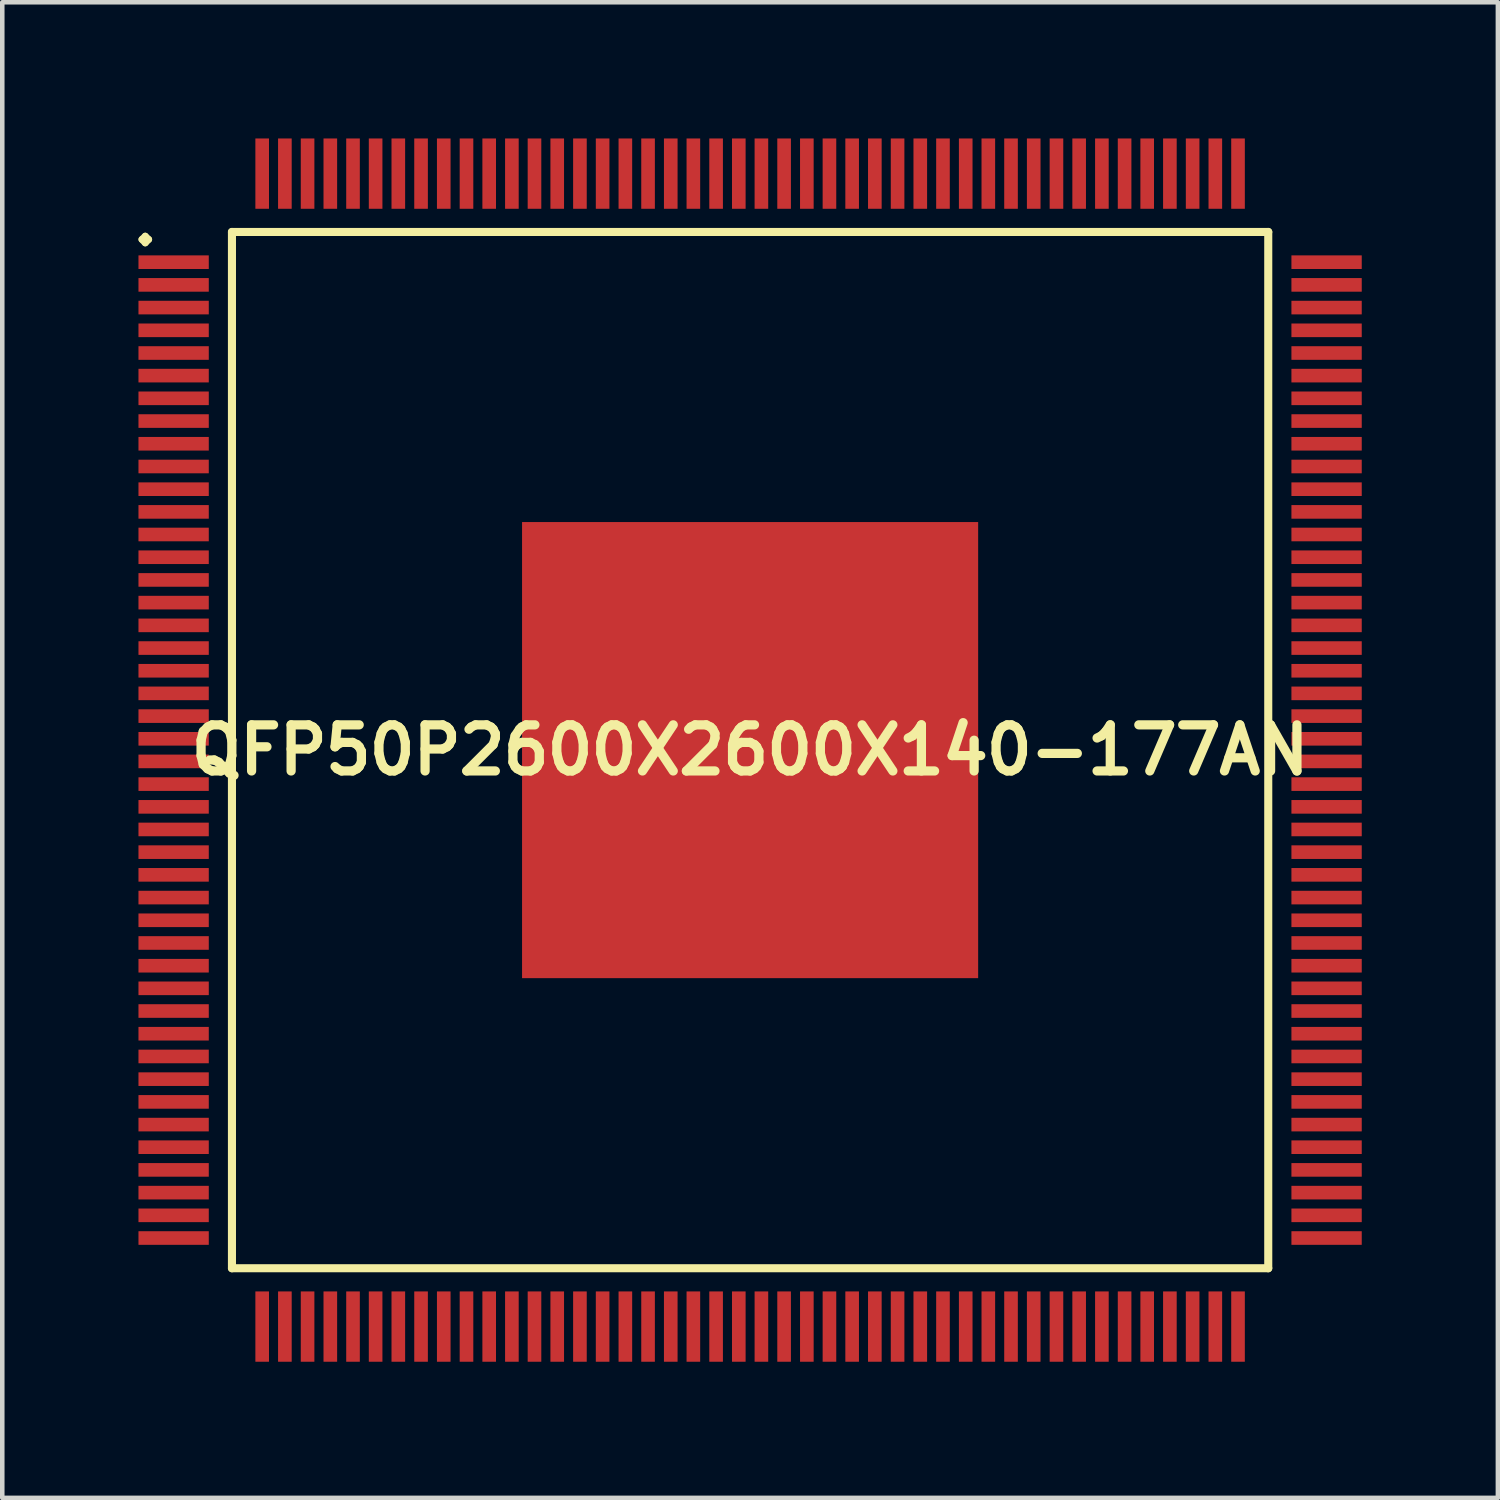
<source format=kicad_pcb>
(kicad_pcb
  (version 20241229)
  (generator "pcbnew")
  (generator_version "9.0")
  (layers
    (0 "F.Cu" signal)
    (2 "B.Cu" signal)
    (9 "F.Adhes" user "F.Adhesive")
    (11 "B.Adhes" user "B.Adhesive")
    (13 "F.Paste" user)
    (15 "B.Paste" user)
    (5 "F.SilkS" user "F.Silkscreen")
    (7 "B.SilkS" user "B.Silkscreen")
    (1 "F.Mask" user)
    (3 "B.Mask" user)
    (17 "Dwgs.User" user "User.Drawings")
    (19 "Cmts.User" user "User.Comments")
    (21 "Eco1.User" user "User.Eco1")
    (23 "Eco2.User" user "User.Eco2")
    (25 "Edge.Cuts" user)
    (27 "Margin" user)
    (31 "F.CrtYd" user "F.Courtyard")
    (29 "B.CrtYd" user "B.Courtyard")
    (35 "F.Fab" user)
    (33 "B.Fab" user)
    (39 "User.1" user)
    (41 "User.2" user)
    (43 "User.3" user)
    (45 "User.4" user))
  (footprint "QFP50P2600X2600X140-177AN"
    (layer "F.Cu")
    (at 13.475 13.475)
    (property "Reference" "QFP50P2600X2600X140-177AN" (at 0 0 0) (layer "F.SilkS") (effects (font (size 1.016 1.016) (thickness 0.203))))
    (attr smd)
    (fp_line (start -13.399 -11.25) (end -13.325 -11.323) (stroke (width 0.15) (type solid)) (layer "F.SilkS"))
    (fp_line (start -13.325 -11.323) (end -13.249 -11.25) (stroke (width 0.15) (type solid)) (layer "F.SilkS"))
    (fp_line (start -13.325 -11.173) (end -13.399 -11.25) (stroke (width 0.15) (type solid)) (layer "F.SilkS"))
    (fp_line (start -13.249 -11.25) (end -13.325 -11.173) (stroke (width 0.15) (type solid)) (layer "F.SilkS"))
    (fp_line (start -11.415 -11.415) (end -11.415 11.415) (stroke (width 0.178) (type solid)) (layer "F.SilkS"))
    (fp_line (start -11.415 11.415) (end 11.415 11.415) (stroke (width 0.178) (type solid)) (layer "F.SilkS"))
    (fp_line (start 11.415 -11.415) (end -11.415 -11.415) (stroke (width 0.178) (type solid)) (layer "F.SilkS"))
    (fp_line (start 11.415 11.415) (end 11.415 -11.415) (stroke (width 0.178) (type solid)) (layer "F.SilkS"))
    (pad "1" smd rect (at -12.7 -10.749) (size 1.549 0.3) (layers "F.Cu" "F.Mask" "F.Paste"))
    (pad "2" smd rect (at -12.7 -10.249) (size 1.549 0.3) (layers "F.Cu" "F.Mask" "F.Paste"))
    (pad "3" smd rect (at -12.7 -9.749) (size 1.549 0.3) (layers "F.Cu" "F.Mask" "F.Paste"))
    (pad "4" smd rect (at -12.7 -9.248) (size 1.549 0.3) (layers "F.Cu" "F.Mask" "F.Paste"))
    (pad "5" smd rect (at -12.7 -8.748) (size 1.549 0.3) (layers "F.Cu" "F.Mask" "F.Paste"))
    (pad "6" smd rect (at -12.7 -8.25) (size 1.549 0.3) (layers "F.Cu" "F.Mask" "F.Paste"))
    (pad "7" smd rect (at -12.7 -7.75) (size 1.549 0.3) (layers "F.Cu" "F.Mask" "F.Paste"))
    (pad "8" smd rect (at -12.7 -7.249) (size 1.549 0.3) (layers "F.Cu" "F.Mask" "F.Paste"))
    (pad "9" smd rect (at -12.7 -6.749) (size 1.549 0.3) (layers "F.Cu" "F.Mask" "F.Paste"))
    (pad "10" smd rect (at -12.7 -6.248) (size 1.549 0.3) (layers "F.Cu" "F.Mask" "F.Paste"))
    (pad "11" smd rect (at -12.7 -5.748) (size 1.549 0.3) (layers "F.Cu" "F.Mask" "F.Paste"))
    (pad "12" smd rect (at -12.7 -5.248) (size 1.549 0.3) (layers "F.Cu" "F.Mask" "F.Paste"))
    (pad "13" smd rect (at -12.7 -4.75) (size 1.549 0.3) (layers "F.Cu" "F.Mask" "F.Paste"))
    (pad "14" smd rect (at -12.7 -4.249) (size 1.549 0.3) (layers "F.Cu" "F.Mask" "F.Paste"))
    (pad "15" smd rect (at -12.7 -3.749) (size 1.549 0.3) (layers "F.Cu" "F.Mask" "F.Paste"))
    (pad "16" smd rect (at -12.7 -3.249) (size 1.549 0.3) (layers "F.Cu" "F.Mask" "F.Paste"))
    (pad "17" smd rect (at -12.7 -2.748) (size 1.549 0.3) (layers "F.Cu" "F.Mask" "F.Paste"))
    (pad "18" smd rect (at -12.7 -2.248) (size 1.549 0.3) (layers "F.Cu" "F.Mask" "F.Paste"))
    (pad "19" smd rect (at -12.7 -1.748) (size 1.549 0.3) (layers "F.Cu" "F.Mask" "F.Paste"))
    (pad "20" smd rect (at -12.7 -1.25) (size 1.549 0.3) (layers "F.Cu" "F.Mask" "F.Paste"))
    (pad "21" smd rect (at -12.7 -0.749) (size 1.549 0.3) (layers "F.Cu" "F.Mask" "F.Paste"))
    (pad "22" smd rect (at -12.7 -0.249) (size 1.549 0.3) (layers "F.Cu" "F.Mask" "F.Paste"))
    (pad "23" smd rect (at -12.7 0.249) (size 1.549 0.3) (layers "F.Cu" "F.Mask" "F.Paste"))
    (pad "24" smd rect (at -12.7 0.749) (size 1.549 0.3) (layers "F.Cu" "F.Mask" "F.Paste"))
    (pad "25" smd rect (at -12.7 1.25) (size 1.549 0.3) (layers "F.Cu" "F.Mask" "F.Paste"))
    (pad "26" smd rect (at -12.7 1.748) (size 1.549 0.3) (layers "F.Cu" "F.Mask" "F.Paste"))
    (pad "27" smd rect (at -12.7 2.248) (size 1.549 0.3) (layers "F.Cu" "F.Mask" "F.Paste"))
    (pad "28" smd rect (at -12.7 2.748) (size 1.549 0.3) (layers "F.Cu" "F.Mask" "F.Paste"))
    (pad "29" smd rect (at -12.7 3.249) (size 1.549 0.3) (layers "F.Cu" "F.Mask" "F.Paste"))
    (pad "30" smd rect (at -12.7 3.749) (size 1.549 0.3) (layers "F.Cu" "F.Mask" "F.Paste"))
    (pad "31" smd rect (at -12.7 4.249) (size 1.549 0.3) (layers "F.Cu" "F.Mask" "F.Paste"))
    (pad "32" smd rect (at -12.7 4.75) (size 1.549 0.3) (layers "F.Cu" "F.Mask" "F.Paste"))
    (pad "33" smd rect (at -12.7 5.248) (size 1.549 0.3) (layers "F.Cu" "F.Mask" "F.Paste"))
    (pad "34" smd rect (at -12.7 5.748) (size 1.549 0.3) (layers "F.Cu" "F.Mask" "F.Paste"))
    (pad "35" smd rect (at -12.7 6.248) (size 1.549 0.3) (layers "F.Cu" "F.Mask" "F.Paste"))
    (pad "36" smd rect (at -12.7 6.749) (size 1.549 0.3) (layers "F.Cu" "F.Mask" "F.Paste"))
    (pad "37" smd rect (at -12.7 7.249) (size 1.549 0.3) (layers "F.Cu" "F.Mask" "F.Paste"))
    (pad "38" smd rect (at -12.7 7.75) (size 1.549 0.3) (layers "F.Cu" "F.Mask" "F.Paste"))
    (pad "39" smd rect (at -12.7 8.25) (size 1.549 0.3) (layers "F.Cu" "F.Mask" "F.Paste"))
    (pad "40" smd rect (at -12.7 8.748) (size 1.549 0.3) (layers "F.Cu" "F.Mask" "F.Paste"))
    (pad "41" smd rect (at -12.7 9.248) (size 1.549 0.3) (layers "F.Cu" "F.Mask" "F.Paste"))
    (pad "42" smd rect (at -12.7 9.749) (size 1.549 0.3) (layers "F.Cu" "F.Mask" "F.Paste"))
    (pad "43" smd rect (at -12.7 10.249) (size 1.549 0.3) (layers "F.Cu" "F.Mask" "F.Paste"))
    (pad "44" smd rect (at -12.7 10.749) (size 1.549 0.3) (layers "F.Cu" "F.Mask" "F.Paste"))
    (pad "45" smd rect (at -10.749 12.7) (size 0.3 1.549) (layers "F.Cu" "F.Mask" "F.Paste"))
    (pad "46" smd rect (at -10.249 12.7) (size 0.3 1.549) (layers "F.Cu" "F.Mask" "F.Paste"))
    (pad "47" smd rect (at -9.749 12.7) (size 0.3 1.549) (layers "F.Cu" "F.Mask" "F.Paste"))
    (pad "48" smd rect (at -9.248 12.7) (size 0.3 1.549) (layers "F.Cu" "F.Mask" "F.Paste"))
    (pad "49" smd rect (at -8.748 12.7) (size 0.3 1.549) (layers "F.Cu" "F.Mask" "F.Paste"))
    (pad "50" smd rect (at -8.25 12.7) (size 0.3 1.549) (layers "F.Cu" "F.Mask" "F.Paste"))
    (pad "51" smd rect (at -7.75 12.7) (size 0.3 1.549) (layers "F.Cu" "F.Mask" "F.Paste"))
    (pad "52" smd rect (at -7.249 12.7) (size 0.3 1.549) (layers "F.Cu" "F.Mask" "F.Paste"))
    (pad "53" smd rect (at -6.749 12.7) (size 0.3 1.549) (layers "F.Cu" "F.Mask" "F.Paste"))
    (pad "54" smd rect (at -6.248 12.7) (size 0.3 1.549) (layers "F.Cu" "F.Mask" "F.Paste"))
    (pad "55" smd rect (at -5.748 12.7) (size 0.3 1.549) (layers "F.Cu" "F.Mask" "F.Paste"))
    (pad "56" smd rect (at -5.248 12.7) (size 0.3 1.549) (layers "F.Cu" "F.Mask" "F.Paste"))
    (pad "57" smd rect (at -4.75 12.7) (size 0.3 1.549) (layers "F.Cu" "F.Mask" "F.Paste"))
    (pad "58" smd rect (at -4.249 12.7) (size 0.3 1.549) (layers "F.Cu" "F.Mask" "F.Paste"))
    (pad "59" smd rect (at -3.749 12.7) (size 0.3 1.549) (layers "F.Cu" "F.Mask" "F.Paste"))
    (pad "60" smd rect (at -3.249 12.7) (size 0.3 1.549) (layers "F.Cu" "F.Mask" "F.Paste"))
    (pad "61" smd rect (at -2.748 12.7) (size 0.3 1.549) (layers "F.Cu" "F.Mask" "F.Paste"))
    (pad "62" smd rect (at -2.248 12.7) (size 0.3 1.549) (layers "F.Cu" "F.Mask" "F.Paste"))
    (pad "63" smd rect (at -1.748 12.7) (size 0.3 1.549) (layers "F.Cu" "F.Mask" "F.Paste"))
    (pad "64" smd rect (at -1.25 12.7) (size 0.3 1.549) (layers "F.Cu" "F.Mask" "F.Paste"))
    (pad "65" smd rect (at -0.749 12.7) (size 0.3 1.549) (layers "F.Cu" "F.Mask" "F.Paste"))
    (pad "66" smd rect (at -0.249 12.7) (size 0.3 1.549) (layers "F.Cu" "F.Mask" "F.Paste"))
    (pad "67" smd rect (at 0.249 12.7) (size 0.3 1.549) (layers "F.Cu" "F.Mask" "F.Paste"))
    (pad "68" smd rect (at 0.749 12.7) (size 0.3 1.549) (layers "F.Cu" "F.Mask" "F.Paste"))
    (pad "69" smd rect (at 1.25 12.7) (size 0.3 1.549) (layers "F.Cu" "F.Mask" "F.Paste"))
    (pad "70" smd rect (at 1.748 12.7) (size 0.3 1.549) (layers "F.Cu" "F.Mask" "F.Paste"))
    (pad "71" smd rect (at 2.248 12.7) (size 0.3 1.549) (layers "F.Cu" "F.Mask" "F.Paste"))
    (pad "72" smd rect (at 2.748 12.7) (size 0.3 1.549) (layers "F.Cu" "F.Mask" "F.Paste"))
    (pad "73" smd rect (at 3.249 12.7) (size 0.3 1.549) (layers "F.Cu" "F.Mask" "F.Paste"))
    (pad "74" smd rect (at 3.749 12.7) (size 0.3 1.549) (layers "F.Cu" "F.Mask" "F.Paste"))
    (pad "75" smd rect (at 4.249 12.7) (size 0.3 1.549) (layers "F.Cu" "F.Mask" "F.Paste"))
    (pad "76" smd rect (at 4.75 12.7) (size 0.3 1.549) (layers "F.Cu" "F.Mask" "F.Paste"))
    (pad "77" smd rect (at 5.248 12.7) (size 0.3 1.549) (layers "F.Cu" "F.Mask" "F.Paste"))
    (pad "78" smd rect (at 5.748 12.7) (size 0.3 1.549) (layers "F.Cu" "F.Mask" "F.Paste"))
    (pad "79" smd rect (at 6.248 12.7) (size 0.3 1.549) (layers "F.Cu" "F.Mask" "F.Paste"))
    (pad "80" smd rect (at 6.749 12.7) (size 0.3 1.549) (layers "F.Cu" "F.Mask" "F.Paste"))
    (pad "81" smd rect (at 7.249 12.7) (size 0.3 1.549) (layers "F.Cu" "F.Mask" "F.Paste"))
    (pad "82" smd rect (at 7.75 12.7) (size 0.3 1.549) (layers "F.Cu" "F.Mask" "F.Paste"))
    (pad "83" smd rect (at 8.25 12.7) (size 0.3 1.549) (layers "F.Cu" "F.Mask" "F.Paste"))
    (pad "84" smd rect (at 8.748 12.7) (size 0.3 1.549) (layers "F.Cu" "F.Mask" "F.Paste"))
    (pad "85" smd rect (at 9.248 12.7) (size 0.3 1.549) (layers "F.Cu" "F.Mask" "F.Paste"))
    (pad "86" smd rect (at 9.749 12.7) (size 0.3 1.549) (layers "F.Cu" "F.Mask" "F.Paste"))
    (pad "87" smd rect (at 10.249 12.7) (size 0.3 1.549) (layers "F.Cu" "F.Mask" "F.Paste"))
    (pad "88" smd rect (at 10.749 12.7) (size 0.3 1.549) (layers "F.Cu" "F.Mask" "F.Paste"))
    (pad "89" smd rect (at 12.7 10.749) (size 1.549 0.3) (layers "F.Cu" "F.Mask" "F.Paste"))
    (pad "90" smd rect (at 12.7 10.249) (size 1.549 0.3) (layers "F.Cu" "F.Mask" "F.Paste"))
    (pad "91" smd rect (at 12.7 9.749) (size 1.549 0.3) (layers "F.Cu" "F.Mask" "F.Paste"))
    (pad "92" smd rect (at 12.7 9.248) (size 1.549 0.3) (layers "F.Cu" "F.Mask" "F.Paste"))
    (pad "93" smd rect (at 12.7 8.748) (size 1.549 0.3) (layers "F.Cu" "F.Mask" "F.Paste"))
    (pad "94" smd rect (at 12.7 8.25) (size 1.549 0.3) (layers "F.Cu" "F.Mask" "F.Paste"))
    (pad "95" smd rect (at 12.7 7.75) (size 1.549 0.3) (layers "F.Cu" "F.Mask" "F.Paste"))
    (pad "96" smd rect (at 12.7 7.249) (size 1.549 0.3) (layers "F.Cu" "F.Mask" "F.Paste"))
    (pad "97" smd rect (at 12.7 6.749) (size 1.549 0.3) (layers "F.Cu" "F.Mask" "F.Paste"))
    (pad "98" smd rect (at 12.7 6.248) (size 1.549 0.3) (layers "F.Cu" "F.Mask" "F.Paste"))
    (pad "99" smd rect (at 12.7 5.748) (size 1.549 0.3) (layers "F.Cu" "F.Mask" "F.Paste"))
    (pad "100" smd rect (at 12.7 5.248) (size 1.549 0.3) (layers "F.Cu" "F.Mask" "F.Paste"))
    (pad "101" smd rect (at 12.7 4.75) (size 1.549 0.3) (layers "F.Cu" "F.Mask" "F.Paste"))
    (pad "102" smd rect (at 12.7 4.249) (size 1.549 0.3) (layers "F.Cu" "F.Mask" "F.Paste"))
    (pad "103" smd rect (at 12.7 3.749) (size 1.549 0.3) (layers "F.Cu" "F.Mask" "F.Paste"))
    (pad "104" smd rect (at 12.7 3.249) (size 1.549 0.3) (layers "F.Cu" "F.Mask" "F.Paste"))
    (pad "105" smd rect (at 12.7 2.748) (size 1.549 0.3) (layers "F.Cu" "F.Mask" "F.Paste"))
    (pad "106" smd rect (at 12.7 2.248) (size 1.549 0.3) (layers "F.Cu" "F.Mask" "F.Paste"))
    (pad "107" smd rect (at 12.7 1.748) (size 1.549 0.3) (layers "F.Cu" "F.Mask" "F.Paste"))
    (pad "108" smd rect (at 12.7 1.25) (size 1.549 0.3) (layers "F.Cu" "F.Mask" "F.Paste"))
    (pad "109" smd rect (at 12.7 0.749) (size 1.549 0.3) (layers "F.Cu" "F.Mask" "F.Paste"))
    (pad "110" smd rect (at 12.7 0.249) (size 1.549 0.3) (layers "F.Cu" "F.Mask" "F.Paste"))
    (pad "111" smd rect (at 12.7 -0.249) (size 1.549 0.3) (layers "F.Cu" "F.Mask" "F.Paste"))
    (pad "112" smd rect (at 12.7 -0.749) (size 1.549 0.3) (layers "F.Cu" "F.Mask" "F.Paste"))
    (pad "113" smd rect (at 12.7 -1.25) (size 1.549 0.3) (layers "F.Cu" "F.Mask" "F.Paste"))
    (pad "114" smd rect (at 12.7 -1.748) (size 1.549 0.3) (layers "F.Cu" "F.Mask" "F.Paste"))
    (pad "115" smd rect (at 12.7 -2.248) (size 1.549 0.3) (layers "F.Cu" "F.Mask" "F.Paste"))
    (pad "116" smd rect (at 12.7 -2.748) (size 1.549 0.3) (layers "F.Cu" "F.Mask" "F.Paste"))
    (pad "117" smd rect (at 12.7 -3.249) (size 1.549 0.3) (layers "F.Cu" "F.Mask" "F.Paste"))
    (pad "118" smd rect (at 12.7 -3.749) (size 1.549 0.3) (layers "F.Cu" "F.Mask" "F.Paste"))
    (pad "119" smd rect (at 12.7 -4.249) (size 1.549 0.3) (layers "F.Cu" "F.Mask" "F.Paste"))
    (pad "120" smd rect (at 12.7 -4.75) (size 1.549 0.3) (layers "F.Cu" "F.Mask" "F.Paste"))
    (pad "121" smd rect (at 12.7 -5.248) (size 1.549 0.3) (layers "F.Cu" "F.Mask" "F.Paste"))
    (pad "122" smd rect (at 12.7 -5.748) (size 1.549 0.3) (layers "F.Cu" "F.Mask" "F.Paste"))
    (pad "123" smd rect (at 12.7 -6.248) (size 1.549 0.3) (layers "F.Cu" "F.Mask" "F.Paste"))
    (pad "124" smd rect (at 12.7 -6.749) (size 1.549 0.3) (layers "F.Cu" "F.Mask" "F.Paste"))
    (pad "125" smd rect (at 12.7 -7.249) (size 1.549 0.3) (layers "F.Cu" "F.Mask" "F.Paste"))
    (pad "126" smd rect (at 12.7 -7.75) (size 1.549 0.3) (layers "F.Cu" "F.Mask" "F.Paste"))
    (pad "127" smd rect (at 12.7 -8.25) (size 1.549 0.3) (layers "F.Cu" "F.Mask" "F.Paste"))
    (pad "128" smd rect (at 12.7 -8.748) (size 1.549 0.3) (layers "F.Cu" "F.Mask" "F.Paste"))
    (pad "129" smd rect (at 12.7 -9.248) (size 1.549 0.3) (layers "F.Cu" "F.Mask" "F.Paste"))
    (pad "130" smd rect (at 12.7 -9.749) (size 1.549 0.3) (layers "F.Cu" "F.Mask" "F.Paste"))
    (pad "131" smd rect (at 12.7 -10.249) (size 1.549 0.3) (layers "F.Cu" "F.Mask" "F.Paste"))
    (pad "132" smd rect (at 12.7 -10.749) (size 1.549 0.3) (layers "F.Cu" "F.Mask" "F.Paste"))
    (pad "133" smd rect (at 10.749 -12.7) (size 0.3 1.549) (layers "F.Cu" "F.Mask" "F.Paste"))
    (pad "134" smd rect (at 10.249 -12.7) (size 0.3 1.549) (layers "F.Cu" "F.Mask" "F.Paste"))
    (pad "135" smd rect (at 9.749 -12.7) (size 0.3 1.549) (layers "F.Cu" "F.Mask" "F.Paste"))
    (pad "136" smd rect (at 9.248 -12.7) (size 0.3 1.549) (layers "F.Cu" "F.Mask" "F.Paste"))
    (pad "137" smd rect (at 8.748 -12.7) (size 0.3 1.549) (layers "F.Cu" "F.Mask" "F.Paste"))
    (pad "138" smd rect (at 8.25 -12.7) (size 0.3 1.549) (layers "F.Cu" "F.Mask" "F.Paste"))
    (pad "139" smd rect (at 7.75 -12.7) (size 0.3 1.549) (layers "F.Cu" "F.Mask" "F.Paste"))
    (pad "140" smd rect (at 7.249 -12.7) (size 0.3 1.549) (layers "F.Cu" "F.Mask" "F.Paste"))
    (pad "141" smd rect (at 6.749 -12.7) (size 0.3 1.549) (layers "F.Cu" "F.Mask" "F.Paste"))
    (pad "142" smd rect (at 6.248 -12.7) (size 0.3 1.549) (layers "F.Cu" "F.Mask" "F.Paste"))
    (pad "143" smd rect (at 5.748 -12.7) (size 0.3 1.549) (layers "F.Cu" "F.Mask" "F.Paste"))
    (pad "144" smd rect (at 5.248 -12.7) (size 0.3 1.549) (layers "F.Cu" "F.Mask" "F.Paste"))
    (pad "145" smd rect (at 4.75 -12.7) (size 0.3 1.549) (layers "F.Cu" "F.Mask" "F.Paste"))
    (pad "146" smd rect (at 4.249 -12.7) (size 0.3 1.549) (layers "F.Cu" "F.Mask" "F.Paste"))
    (pad "147" smd rect (at 3.749 -12.7) (size 0.3 1.549) (layers "F.Cu" "F.Mask" "F.Paste"))
    (pad "148" smd rect (at 3.249 -12.7) (size 0.3 1.549) (layers "F.Cu" "F.Mask" "F.Paste"))
    (pad "149" smd rect (at 2.748 -12.7) (size 0.3 1.549) (layers "F.Cu" "F.Mask" "F.Paste"))
    (pad "150" smd rect (at 2.248 -12.7) (size 0.3 1.549) (layers "F.Cu" "F.Mask" "F.Paste"))
    (pad "151" smd rect (at 1.748 -12.7) (size 0.3 1.549) (layers "F.Cu" "F.Mask" "F.Paste"))
    (pad "152" smd rect (at 1.25 -12.7) (size 0.3 1.549) (layers "F.Cu" "F.Mask" "F.Paste"))
    (pad "153" smd rect (at 0.749 -12.7) (size 0.3 1.549) (layers "F.Cu" "F.Mask" "F.Paste"))
    (pad "154" smd rect (at 0.249 -12.7) (size 0.3 1.549) (layers "F.Cu" "F.Mask" "F.Paste"))
    (pad "155" smd rect (at -0.249 -12.7) (size 0.3 1.549) (layers "F.Cu" "F.Mask" "F.Paste"))
    (pad "156" smd rect (at -0.749 -12.7) (size 0.3 1.549) (layers "F.Cu" "F.Mask" "F.Paste"))
    (pad "157" smd rect (at -1.25 -12.7) (size 0.3 1.549) (layers "F.Cu" "F.Mask" "F.Paste"))
    (pad "158" smd rect (at -1.748 -12.7) (size 0.3 1.549) (layers "F.Cu" "F.Mask" "F.Paste"))
    (pad "159" smd rect (at -2.248 -12.7) (size 0.3 1.549) (layers "F.Cu" "F.Mask" "F.Paste"))
    (pad "160" smd rect (at -2.748 -12.7) (size 0.3 1.549) (layers "F.Cu" "F.Mask" "F.Paste"))
    (pad "161" smd rect (at -3.249 -12.7) (size 0.3 1.549) (layers "F.Cu" "F.Mask" "F.Paste"))
    (pad "162" smd rect (at -3.749 -12.7) (size 0.3 1.549) (layers "F.Cu" "F.Mask" "F.Paste"))
    (pad "163" smd rect (at -4.249 -12.7) (size 0.3 1.549) (layers "F.Cu" "F.Mask" "F.Paste"))
    (pad "164" smd rect (at -4.75 -12.7) (size 0.3 1.549) (layers "F.Cu" "F.Mask" "F.Paste"))
    (pad "165" smd rect (at -5.248 -12.7) (size 0.3 1.549) (layers "F.Cu" "F.Mask" "F.Paste"))
    (pad "166" smd rect (at -5.748 -12.7) (size 0.3 1.549) (layers "F.Cu" "F.Mask" "F.Paste"))
    (pad "167" smd rect (at -6.248 -12.7) (size 0.3 1.549) (layers "F.Cu" "F.Mask" "F.Paste"))
    (pad "168" smd rect (at -6.749 -12.7) (size 0.3 1.549) (layers "F.Cu" "F.Mask" "F.Paste"))
    (pad "169" smd rect (at -7.249 -12.7) (size 0.3 1.549) (layers "F.Cu" "F.Mask" "F.Paste"))
    (pad "170" smd rect (at -7.75 -12.7) (size 0.3 1.549) (layers "F.Cu" "F.Mask" "F.Paste"))
    (pad "171" smd rect (at -8.25 -12.7) (size 0.3 1.549) (layers "F.Cu" "F.Mask" "F.Paste"))
    (pad "172" smd rect (at -8.748 -12.7) (size 0.3 1.549) (layers "F.Cu" "F.Mask" "F.Paste"))
    (pad "173" smd rect (at -9.248 -12.7) (size 0.3 1.549) (layers "F.Cu" "F.Mask" "F.Paste"))
    (pad "174" smd rect (at -9.749 -12.7) (size 0.3 1.549) (layers "F.Cu" "F.Mask" "F.Paste"))
    (pad "175" smd rect (at -10.249 -12.7) (size 0.3 1.549) (layers "F.Cu" "F.Mask" "F.Paste"))
    (pad "176" smd rect (at -10.749 -12.7) (size 0.3 1.549) (layers "F.Cu" "F.Mask" "F.Paste"))
    (pad "177" smd rect (at 0 0) (size 10.048 10.048) (layers "F.Cu" "F.Mask" "F.Paste")))
  (gr_rect
    (start -3 -3)
    (end 29.949 29.949)
    (stroke (width 0.1) (type default))
    (fill no)
    (layer "Edge.Cuts")))
</source>
